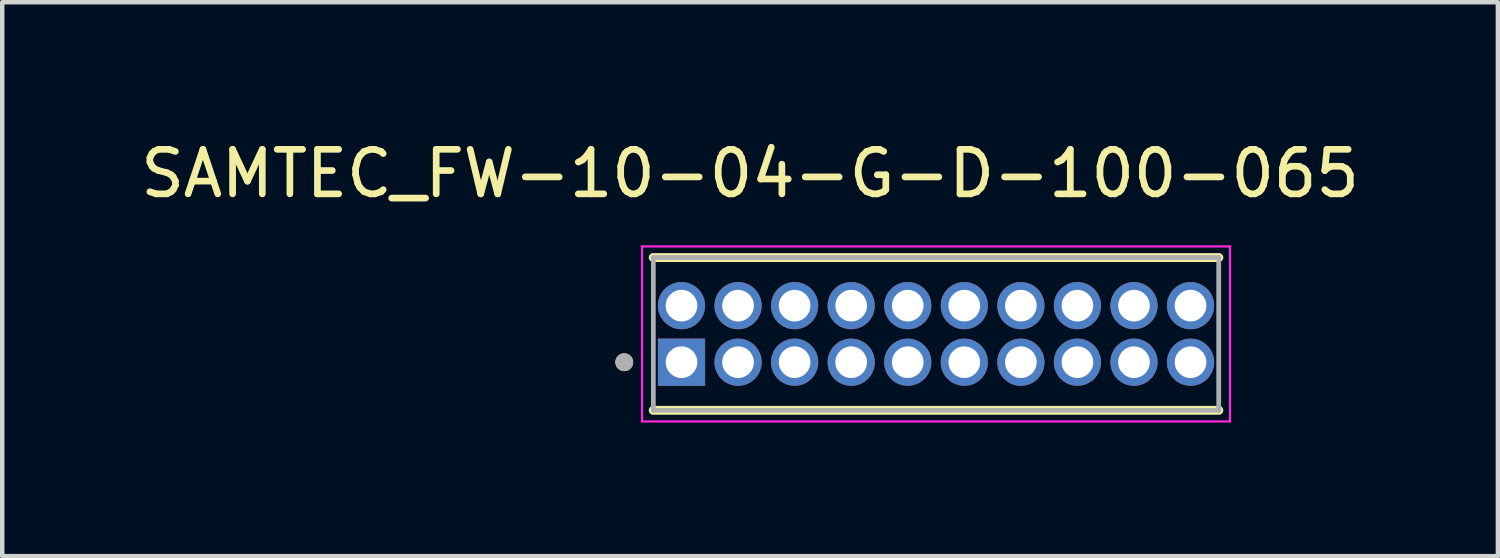
<source format=kicad_pcb>
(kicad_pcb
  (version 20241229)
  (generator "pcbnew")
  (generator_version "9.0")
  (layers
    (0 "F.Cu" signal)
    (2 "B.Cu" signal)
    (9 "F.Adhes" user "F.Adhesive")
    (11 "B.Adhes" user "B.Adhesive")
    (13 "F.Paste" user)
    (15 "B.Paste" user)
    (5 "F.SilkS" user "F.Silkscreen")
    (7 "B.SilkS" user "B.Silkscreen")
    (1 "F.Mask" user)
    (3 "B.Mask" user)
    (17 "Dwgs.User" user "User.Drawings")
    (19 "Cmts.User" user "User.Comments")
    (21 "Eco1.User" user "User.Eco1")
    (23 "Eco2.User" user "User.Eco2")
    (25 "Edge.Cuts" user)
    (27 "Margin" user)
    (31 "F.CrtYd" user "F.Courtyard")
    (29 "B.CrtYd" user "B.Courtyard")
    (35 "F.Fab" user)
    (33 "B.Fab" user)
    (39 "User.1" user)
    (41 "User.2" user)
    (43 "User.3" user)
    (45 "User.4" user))
  (footprint "SAMTEC_FW-10-04-G-D-100-065"
    (layer "F.Cu")
    (at 17.967 4.448)
    (property "Reference" "SAMTEC_FW-10-04-G-D-100-065" (at -4.175 -3.6 0) (layer "F.SilkS") (effects (font (size 1 1) (thickness 0.15))))
    (attr through_hole)
    (fp_line (start 6.35 -1.715) (end -6.35 -1.715) (stroke (width 0.2) (type solid)) (layer "F.SilkS"))
    (fp_line (start 6.35 1.715) (end -6.35 1.715) (stroke (width 0.2) (type solid)) (layer "F.SilkS"))
    (fp_circle (center -7 0.635) (end -6.9 0.635) (stroke (width 0.2) (type solid)) (fill no) (layer "F.SilkS"))
    (fp_line (start -6.6 -1.965) (end 6.6 -1.965) (stroke (width 0.05) (type solid)) (layer "F.CrtYd"))
    (fp_line (start -6.6 1.965) (end -6.6 -1.965) (stroke (width 0.05) (type solid)) (layer "F.CrtYd"))
    (fp_line (start 6.6 -1.965) (end 6.6 1.965) (stroke (width 0.05) (type solid)) (layer "F.CrtYd"))
    (fp_line (start 6.6 1.965) (end -6.6 1.965) (stroke (width 0.05) (type solid)) (layer "F.CrtYd"))
    (fp_line (start -6.35 -1.715) (end 6.35 -1.715) (stroke (width 0.1) (type solid)) (layer "F.Fab"))
    (fp_line (start -6.35 -1.715) (end 6.35 -1.715) (stroke (width 0.1) (type solid)) (layer "F.Fab"))
    (fp_line (start -6.35 1.715) (end -6.35 -1.715) (stroke (width 0.1) (type solid)) (layer "F.Fab"))
    (fp_line (start -6.35 1.715) (end -6.35 -1.715) (stroke (width 0.1) (type solid)) (layer "F.Fab"))
    (fp_line (start 6.35 -1.715) (end 6.35 1.715) (stroke (width 0.1) (type solid)) (layer "F.Fab"))
    (fp_line (start 6.35 -1.715) (end 6.35 1.715) (stroke (width 0.1) (type solid)) (layer "F.Fab"))
    (fp_line (start 6.35 1.715) (end -6.35 1.715) (stroke (width 0.1) (type solid)) (layer "F.Fab"))
    (fp_circle (center -7 0.635) (end -6.9 0.635) (stroke (width 0.2) (type solid)) (fill no) (layer "F.Fab"))
    (pad "01" thru_hole rect (at -5.715 0.635) (size 1.06 1.06) (drill 0.71) (layers "*.Cu" "*.Mask"))
    (pad "02" thru_hole circle (at -5.715 -0.635) (size 1.06 1.06) (drill 0.71) (layers "*.Cu" "*.Mask"))
    (pad "03" thru_hole circle (at -4.445 0.635) (size 1.06 1.06) (drill 0.71) (layers "*.Cu" "*.Mask"))
    (pad "04" thru_hole circle (at -4.445 -0.635) (size 1.06 1.06) (drill 0.71) (layers "*.Cu" "*.Mask"))
    (pad "05" thru_hole circle (at -3.175 0.635) (size 1.06 1.06) (drill 0.71) (layers "*.Cu" "*.Mask"))
    (pad "06" thru_hole circle (at -3.175 -0.635) (size 1.06 1.06) (drill 0.71) (layers "*.Cu" "*.Mask"))
    (pad "07" thru_hole circle (at -1.905 0.635) (size 1.06 1.06) (drill 0.71) (layers "*.Cu" "*.Mask"))
    (pad "08" thru_hole circle (at -1.905 -0.635) (size 1.06 1.06) (drill 0.71) (layers "*.Cu" "*.Mask"))
    (pad "09" thru_hole circle (at -0.635 0.635) (size 1.06 1.06) (drill 0.71) (layers "*.Cu" "*.Mask"))
    (pad "10" thru_hole circle (at -0.635 -0.635) (size 1.06 1.06) (drill 0.71) (layers "*.Cu" "*.Mask"))
    (pad "11" thru_hole circle (at 0.635 0.635) (size 1.06 1.06) (drill 0.71) (layers "*.Cu" "*.Mask"))
    (pad "12" thru_hole circle (at 0.635 -0.635) (size 1.06 1.06) (drill 0.71) (layers "*.Cu" "*.Mask"))
    (pad "13" thru_hole circle (at 1.905 0.635) (size 1.06 1.06) (drill 0.71) (layers "*.Cu" "*.Mask"))
    (pad "14" thru_hole circle (at 1.905 -0.635) (size 1.06 1.06) (drill 0.71) (layers "*.Cu" "*.Mask"))
    (pad "15" thru_hole circle (at 3.175 0.635) (size 1.06 1.06) (drill 0.71) (layers "*.Cu" "*.Mask"))
    (pad "16" thru_hole circle (at 3.175 -0.635) (size 1.06 1.06) (drill 0.71) (layers "*.Cu" "*.Mask"))
    (pad "17" thru_hole circle (at 4.445 0.635) (size 1.06 1.06) (drill 0.71) (layers "*.Cu" "*.Mask"))
    (pad "18" thru_hole circle (at 4.445 -0.635) (size 1.06 1.06) (drill 0.71) (layers "*.Cu" "*.Mask"))
    (pad "19" thru_hole circle (at 5.715 0.635) (size 1.06 1.06) (drill 0.71) (layers "*.Cu" "*.Mask"))
    (pad "20" thru_hole circle (at 5.715 -0.635) (size 1.06 1.06) (drill 0.71) (layers "*.Cu" "*.Mask")))
  (gr_rect
    (start -3 -3)
    (end 30.583 9.438)
    (stroke (width 0.1) (type default))
    (fill no)
    (layer "Edge.Cuts")))
</source>
